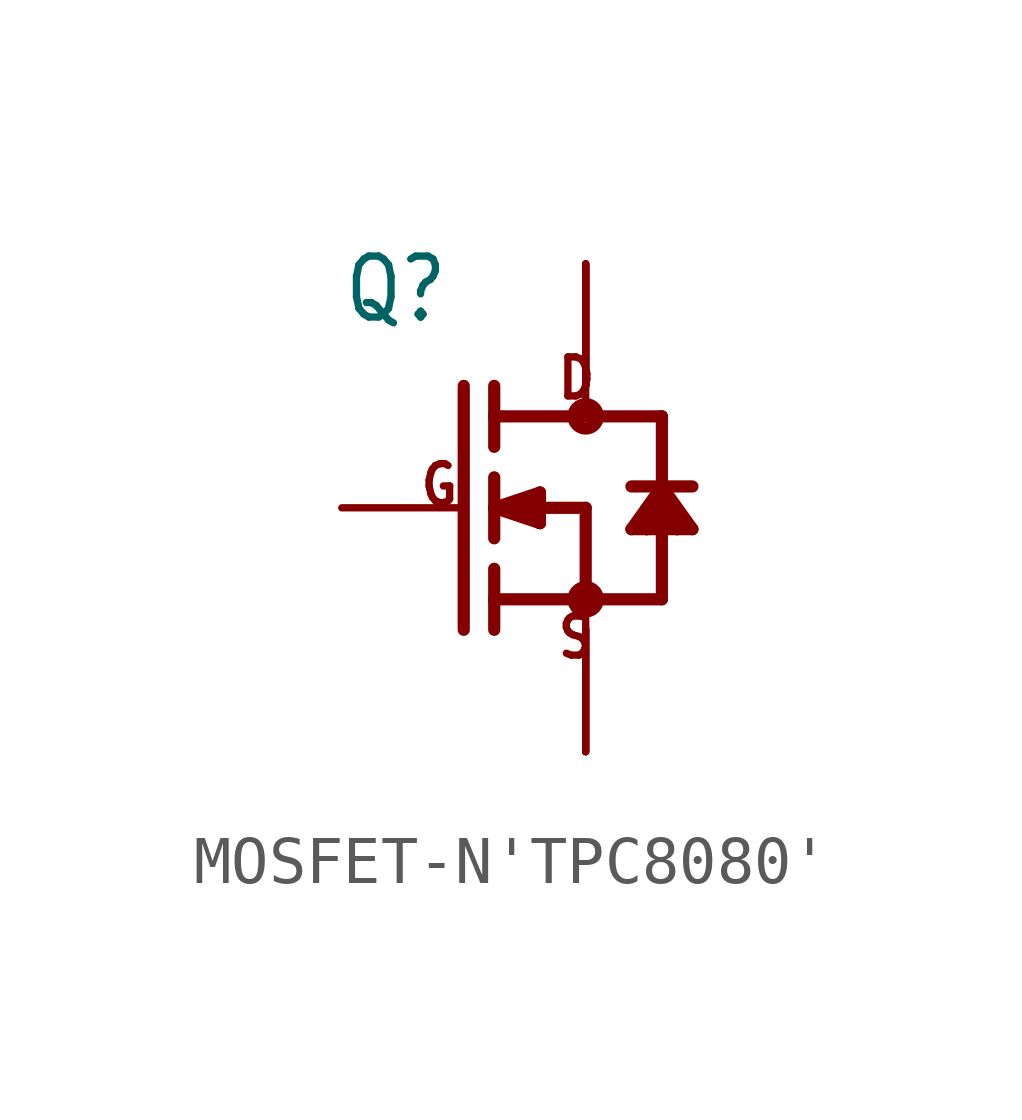
<source format=kicad_sym>
(kicad_symbol_lib
  (version 20220914)
  (generator kicad_symbol_editor)
  (symbol "MOSFET-N'TPC8080'"
    (property "Reference" "Q"
      (at -5.08 3.81 0)
      (effects (font (size 1.27 1.079)) (justify left bottom)))
    (property "Value" ""
      (at -5.08 -5.08 0)
      (effects (font (size 1.27 1.079)) (justify left bottom)))
    (property "ki_locked" ""
      (at 0 0 0)
      (effects (font (size 1.27 1.27))))
    (symbol "MOSFET-N'TPC8080'_1_0"
      (circle (center 0 -1.905) (radius 0.254) (stroke (width 0.254) (type solid)) (fill (type none)))
      (polyline (pts (xy -2.54 2.54) (xy -2.54 -2.54)) (stroke (width 0.254) (type solid)) (fill (type none)))
      (polyline (pts (xy -1.905 -2.54) (xy -1.905 -1.905)) (stroke (width 0.254) (type solid)) (fill (type none)))
      (polyline (pts (xy -1.905 -1.905) (xy -1.905 -1.27)) (stroke (width 0.254) (type solid)) (fill (type none)))
      (polyline (pts (xy -1.905 -1.905) (xy 0 -1.905)) (stroke (width 0.254) (type solid)) (fill (type none)))
      (polyline (pts (xy -1.905 0) (xy -1.905 -0.635)) (stroke (width 0.254) (type solid)) (fill (type none)))
      (polyline (pts (xy -1.905 0) (xy -0.953 -0.318)) (stroke (width 0.254) (type solid)) (fill (type none)))
      (polyline (pts (xy -1.905 0) (xy -0.953 0.318)) (stroke (width 0.254) (type solid)) (fill (type none)))
      (polyline (pts (xy -1.905 0.635) (xy -1.905 0)) (stroke (width 0.254) (type solid)) (fill (type none)))
      (polyline (pts (xy -1.905 1.905) (xy -1.905 1.27)) (stroke (width 0.254) (type solid)) (fill (type none)))
      (polyline (pts (xy -1.905 1.905) (xy 0 1.905)) (stroke (width 0.254) (type solid)) (fill (type none)))
      (polyline (pts (xy -1.905 2.54) (xy -1.905 1.905)) (stroke (width 0.254) (type solid)) (fill (type none)))
      (polyline (pts (xy -1.587 0) (xy -0.953 -0.318)) (stroke (width 0.254) (type solid)) (fill (type none)))
      (polyline (pts (xy -0.953 -0.318) (xy -1.397 0.127)) (stroke (width 0.254) (type solid)) (fill (type none)))
      (polyline (pts (xy -0.953 -0.318) (xy -0.953 0.318)) (stroke (width 0.254) (type solid)) (fill (type none)))
      (polyline (pts (xy -0.953 0.318) (xy -1.587 0)) (stroke (width 0.254) (type solid)) (fill (type none)))
      (polyline (pts (xy 0 -1.905) (xy 0 -2.54)) (stroke (width 0.152) (type solid)) (fill (type none)))
      (polyline (pts (xy 0 0) (xy -1.587 0)) (stroke (width 0.254) (type solid)) (fill (type none)))
      (polyline (pts (xy 0 0) (xy 0 -1.905)) (stroke (width 0.254) (type solid)) (fill (type none)))
      (polyline (pts (xy 0 1.905) (xy 1.587 1.905)) (stroke (width 0.254) (type solid)) (fill (type none)))
      (polyline (pts (xy 0 2.54) (xy 0 1.905)) (stroke (width 0.152) (type solid)) (fill (type none)))
      (polyline (pts (xy 0.953 -0.445) (xy 1.587 0.445)) (stroke (width 0.254) (type solid)) (fill (type none)))
      (polyline (pts (xy 1.27 -0.445) (xy 0.953 -0.445)) (stroke (width 0.254) (type solid)) (fill (type none)))
      (polyline (pts (xy 1.587 -1.905) (xy 0 -1.905)) (stroke (width 0.254) (type solid)) (fill (type none)))
      (polyline (pts (xy 1.587 -1.905) (xy 1.587 0)) (stroke (width 0.254) (type solid)) (fill (type none)))
      (polyline (pts (xy 1.587 0) (xy 1.27 -0.445)) (stroke (width 0.254) (type solid)) (fill (type none)))
      (polyline (pts (xy 1.587 0) (xy 1.27 -0.318)) (stroke (width 0.254) (type solid)) (fill (type none)))
      (polyline (pts (xy 1.587 0) (xy 1.587 0.445)) (stroke (width 0.254) (type solid)) (fill (type none)))
      (polyline (pts (xy 1.587 0.445) (xy 0.953 0.445)) (stroke (width 0.254) (type solid)) (fill (type none)))
      (polyline (pts (xy 1.587 0.445) (xy 1.587 1.905)) (stroke (width 0.254) (type solid)) (fill (type none)))
      (polyline (pts (xy 1.587 0.445) (xy 2.223 -0.445)) (stroke (width 0.254) (type solid)) (fill (type none)))
      (polyline (pts (xy 1.905 -0.445) (xy 1.27 -0.445)) (stroke (width 0.254) (type solid)) (fill (type none)))
      (polyline (pts (xy 1.905 -0.445) (xy 1.587 0)) (stroke (width 0.254) (type solid)) (fill (type none)))
      (polyline (pts (xy 1.905 -0.318) (xy 1.587 0)) (stroke (width 0.254) (type solid)) (fill (type none)))
      (polyline (pts (xy 2.223 -0.445) (xy 1.905 -0.445)) (stroke (width 0.254) (type solid)) (fill (type none)))
      (polyline (pts (xy 2.223 0.445) (xy 1.587 0.445)) (stroke (width 0.254) (type solid)) (fill (type none)))
      (circle (center 0 1.905) (radius 0.254) (stroke (width 0.254) (type solid)) (fill (type none)))
      (text "D" (at -0.635 2.223 0) (effects (font (size 0.813 0.691)) (justify left bottom)))
      (text "G" (at -3.493 0 0) (effects (font (size 0.813 0.691)) (justify left bottom)))
      (text "S" (at -0.635 -3.175 0) (effects (font (size 0.813 0.691)) (justify left bottom)))
      (pin passive line (at 0 -5.08 90) (length 2.54) (name "S" (effects (font (size 0 0)))) (number "1" (effects (font (size 0 0)))))
      (pin passive line (at 0 -5.08 90) (length 2.54) (name "S" (effects (font (size 0 0)))) (number "2" (effects (font (size 0 0)))))
      (pin passive line (at 0 -5.08 90) (length 2.54) (name "S" (effects (font (size 0 0)))) (number "3" (effects (font (size 0 0)))))
      (pin passive line (at -5.08 0 0) (length 2.54) (name "G" (effects (font (size 0 0)))) (number "4" (effects (font (size 0 0)))))
      (pin passive line (at 0 5.08 270) (length 2.54) (name "D" (effects (font (size 0 0)))) (number "5" (effects (font (size 0 0)))))
      (pin passive line (at 0 5.08 270) (length 2.54) (name "D" (effects (font (size 0 0)))) (number "6" (effects (font (size 0 0)))))
      (pin passive line (at 0 5.08 270) (length 2.54) (name "D" (effects (font (size 0 0)))) (number "7" (effects (font (size 0 0)))))
      (pin passive line (at 0 5.08 270) (length 2.54) (name "D" (effects (font (size 0 0)))) (number "8" (effects (font (size 0 0))))))))
</source>
